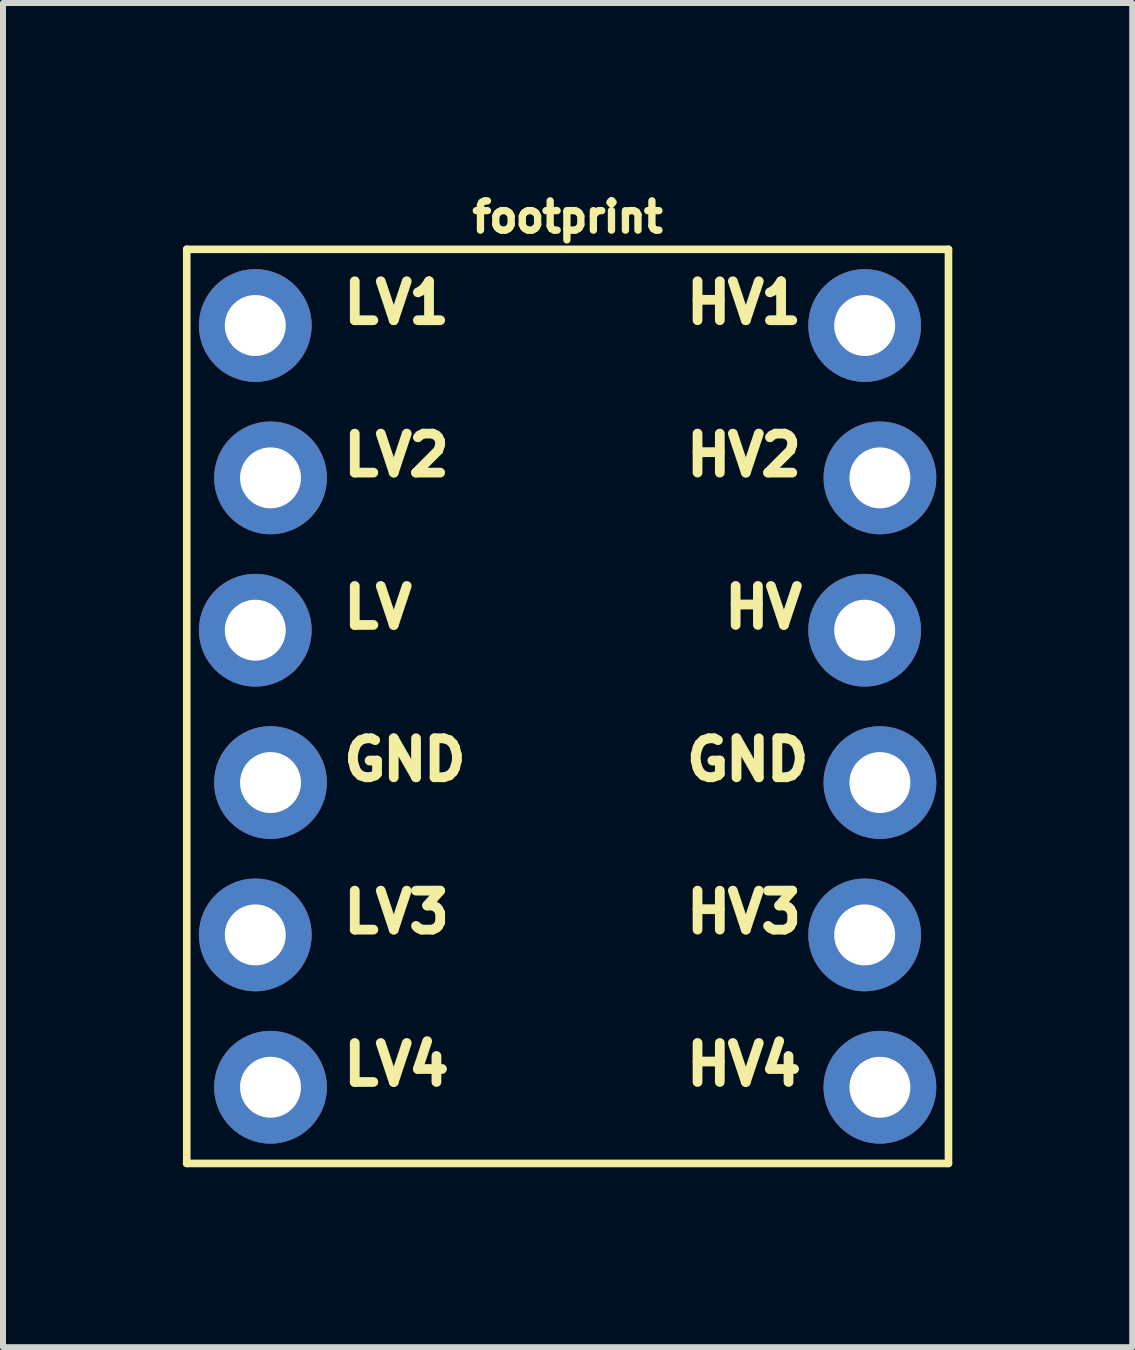
<source format=kicad_pcb>
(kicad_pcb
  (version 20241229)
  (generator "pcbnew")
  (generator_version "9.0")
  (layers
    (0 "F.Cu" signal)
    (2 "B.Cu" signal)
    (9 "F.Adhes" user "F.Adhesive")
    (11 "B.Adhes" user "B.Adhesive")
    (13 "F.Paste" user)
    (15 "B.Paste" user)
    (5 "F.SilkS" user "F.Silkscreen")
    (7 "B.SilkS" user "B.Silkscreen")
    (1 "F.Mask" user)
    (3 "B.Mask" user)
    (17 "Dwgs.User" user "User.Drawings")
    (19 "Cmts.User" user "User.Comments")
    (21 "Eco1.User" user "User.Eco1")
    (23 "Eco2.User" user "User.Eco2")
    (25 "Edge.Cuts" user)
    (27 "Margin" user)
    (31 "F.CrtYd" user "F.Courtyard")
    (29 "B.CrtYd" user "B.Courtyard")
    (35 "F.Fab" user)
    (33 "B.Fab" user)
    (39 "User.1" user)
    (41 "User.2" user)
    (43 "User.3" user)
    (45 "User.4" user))
  (footprint "footprint"
    (layer "F.Cu")
    (at 6.413 8.727)
    (property "Reference" "footprint" (at 0 -7.874 0) (layer "F.SilkS") (effects (font (size 0.488 0.488) (thickness 0.122)) (justify bottom)))
    (fp_line (start -6.35 -7.62) (end 6.35 -7.62) (stroke (width 0.127) (type solid)) (layer "F.SilkS"))
    (fp_line (start -6.35 7.62) (end -6.35 -7.62) (stroke (width 0.127) (type solid)) (layer "F.SilkS"))
    (fp_line (start 6.35 -7.62) (end 6.35 7.62) (stroke (width 0.127) (type solid)) (layer "F.SilkS"))
    (fp_line (start 6.35 7.62) (end -6.35 7.62) (stroke (width 0.127) (type solid)) (layer "F.SilkS"))
    (fp_text user "GND" (at 1.905 1.27 0) (layer "F.SilkS") (effects (font (size 0.65 0.65) (thickness 0.163)) (justify left bottom)))
    (fp_text user "LV3" (at -3.81 3.81 0) (layer "F.SilkS") (effects (font (size 0.65 0.65) (thickness 0.163)) (justify left bottom)))
    (fp_text user "LV1" (at -3.81 -6.35 0) (layer "F.SilkS") (effects (font (size 0.65 0.65) (thickness 0.163)) (justify left bottom)))
    (fp_text user "HV1" (at 1.905 -6.35 0) (layer "F.SilkS") (effects (font (size 0.65 0.65) (thickness 0.163)) (justify left bottom)))
    (fp_text user "LV" (at -3.81 -1.27 0) (layer "F.SilkS") (effects (font (size 0.65 0.65) (thickness 0.163)) (justify left bottom)))
    (fp_text user "HV4" (at 1.905 6.35 0) (layer "F.SilkS") (effects (font (size 0.65 0.65) (thickness 0.163)) (justify left bottom)))
    (fp_text user "HV2" (at 1.905 -3.81 0) (layer "F.SilkS") (effects (font (size 0.65 0.65) (thickness 0.163)) (justify left bottom)))
    (fp_text user "GND" (at -3.81 1.27 0) (layer "F.SilkS") (effects (font (size 0.65 0.65) (thickness 0.163)) (justify left bottom)))
    (fp_text user "LV2" (at -3.81 -3.81 0) (layer "F.SilkS") (effects (font (size 0.65 0.65) (thickness 0.163)) (justify left bottom)))
    (fp_text user "HV" (at 2.54 -1.27 0) (layer "F.SilkS") (effects (font (size 0.65 0.65) (thickness 0.163)) (justify left bottom)))
    (fp_text user "HV3" (at 1.905 3.81 0) (layer "F.SilkS") (effects (font (size 0.65 0.65) (thickness 0.163)) (justify left bottom)))
    (fp_text user "LV4" (at -3.81 6.35 0) (layer "F.SilkS") (effects (font (size 0.65 0.65) (thickness 0.163)) (justify left bottom)))
    (pad "GND1" thru_hole circle (at -4.953 1.27) (size 1.88 1.88) (drill 1.016) (layers "*.Cu" "*.Mask"))
    (pad "GND2" thru_hole circle (at 5.207 1.27) (size 1.88 1.88) (drill 1.016) (layers "*.Cu" "*.Mask"))
    (pad "HV" thru_hole circle (at 4.953 -1.27) (size 1.88 1.88) (drill 1.016) (layers "*.Cu" "*.Mask"))
    (pad "HV1" thru_hole circle (at 4.953 -6.35) (size 1.88 1.88) (drill 1.016) (layers "*.Cu" "*.Mask"))
    (pad "HV2" thru_hole circle (at 5.207 -3.81) (size 1.88 1.88) (drill 1.016) (layers "*.Cu" "*.Mask"))
    (pad "HV3" thru_hole circle (at 4.953 3.81) (size 1.88 1.88) (drill 1.016) (layers "*.Cu" "*.Mask"))
    (pad "HV4" thru_hole circle (at 5.207 6.35) (size 1.88 1.88) (drill 1.016) (layers "*.Cu" "*.Mask"))
    (pad "LV" thru_hole circle (at -5.207 -1.27) (size 1.88 1.88) (drill 1.016) (layers "*.Cu" "*.Mask"))
    (pad "LV1" thru_hole circle (at -5.207 -6.35) (size 1.88 1.88) (drill 1.016) (layers "*.Cu" "*.Mask"))
    (pad "LV2" thru_hole circle (at -4.953 -3.81) (size 1.88 1.88) (drill 1.016) (layers "*.Cu" "*.Mask"))
    (pad "LV3" thru_hole circle (at -5.207 3.81) (size 1.88 1.88) (drill 1.016) (layers "*.Cu" "*.Mask"))
    (pad "LV4" thru_hole circle (at -4.953 6.35) (size 1.88 1.88) (drill 1.016) (layers "*.Cu" "*.Mask")))
  (gr_rect
    (start -3 -3)
    (end 15.827 19.411)
    (stroke (width 0.1) (type default))
    (fill no)
    (layer "Edge.Cuts")))
</source>
